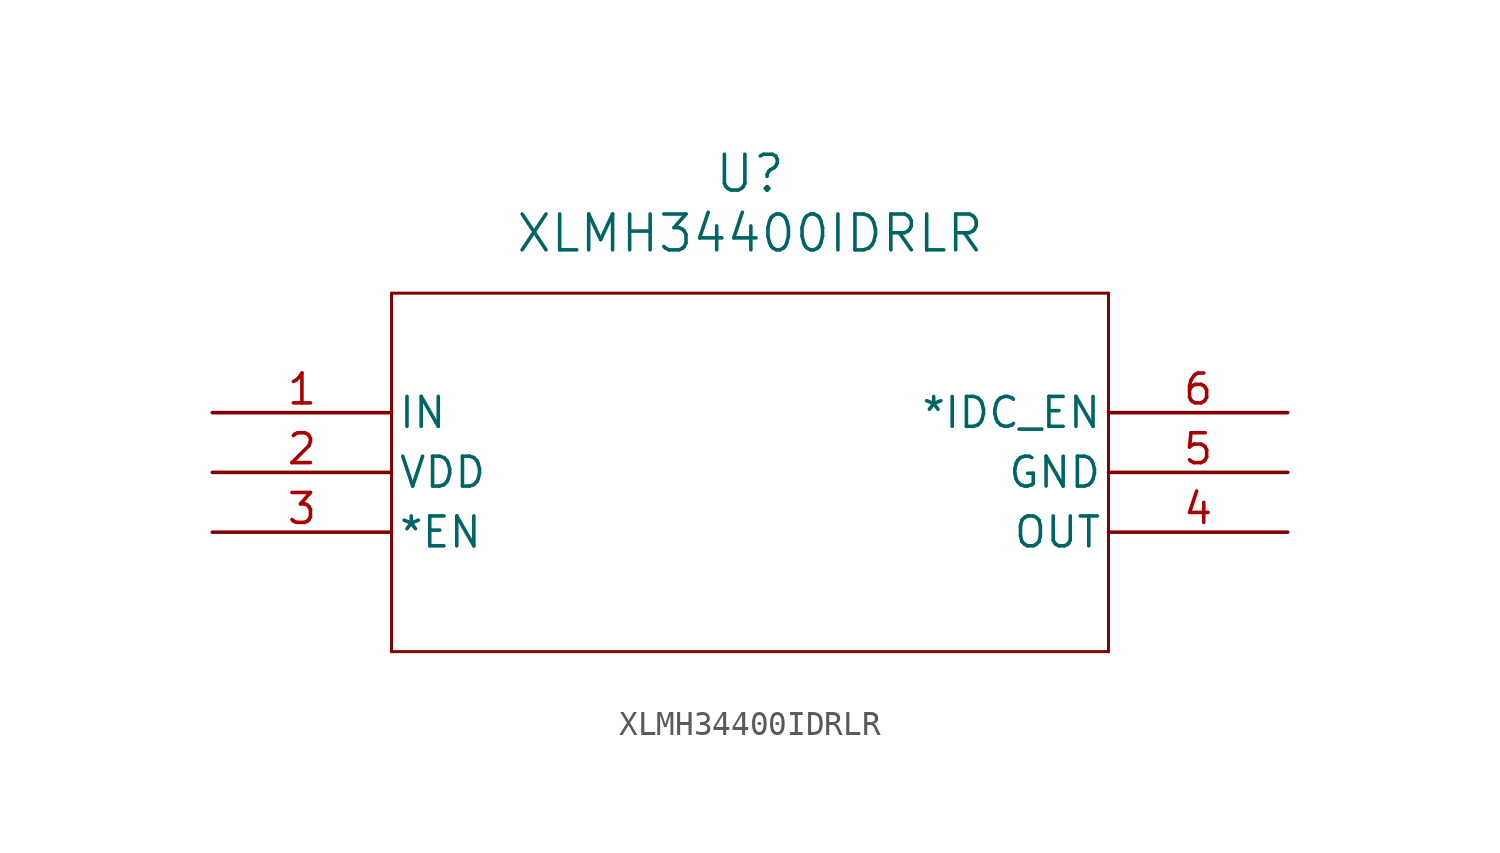
<source format=kicad_sym>
(kicad_symbol_lib
  (version 20211014)
  (generator kicad_symbol_editor)
  (symbol "XLMH34400IDRLR"
    (pin_names
      (offset 0.254))
    (property "Reference" "U"
      (at 22.86 10.16 0)
      (effects (font (size 1.524 1.524))))
    (property "Value" "XLMH34400IDRLR"
      (at 22.86 7.62 0)
      (effects (font (size 1.524 1.524))))
    (symbol "XLMH34400IDRLR_0_1"
      (polyline (pts (xy 7.62 5.08) (xy 7.62 -10.16)) (stroke (width 0.127) (type default) (color 0 0 0 0)) (fill (type none)))
      (polyline (pts (xy 7.62 -10.16) (xy 38.1 -10.16)) (stroke (width 0.127) (type default) (color 0 0 0 0)) (fill (type none)))
      (polyline (pts (xy 38.1 -10.16) (xy 38.1 5.08)) (stroke (width 0.127) (type default) (color 0 0 0 0)) (fill (type none)))
      (polyline (pts (xy 38.1 5.08) (xy 7.62 5.08)) (stroke (width 0.127) (type default) (color 0 0 0 0)) (fill (type none)))
      (pin input line (at 0 0 0) (length 7.62) (name "IN" (effects (font (size 1.27 1.27)))) (number "1" (effects (font (size 1.27 1.27)))))
      (pin power_in line (at 0 -2.54 0) (length 7.62) (name "VDD" (effects (font (size 1.27 1.27)))) (number "2" (effects (font (size 1.27 1.27)))))
      (pin input line (at 0 -5.08 0) (length 7.62) (name "*EN" (effects (font (size 1.27 1.27)))) (number "3" (effects (font (size 1.27 1.27)))))
      (pin output line (at 45.72 -5.08 180) (length 7.62) (name "OUT" (effects (font (size 1.27 1.27)))) (number "4" (effects (font (size 1.27 1.27)))))
      (pin power_out line (at 45.72 -2.54 180) (length 7.62) (name "GND" (effects (font (size 1.27 1.27)))) (number "5" (effects (font (size 1.27 1.27)))))
      (pin input line (at 45.72 0 180) (length 7.62) (name "*IDC_EN" (effects (font (size 1.27 1.27)))) (number "6" (effects (font (size 1.27 1.27))))))))
</source>
